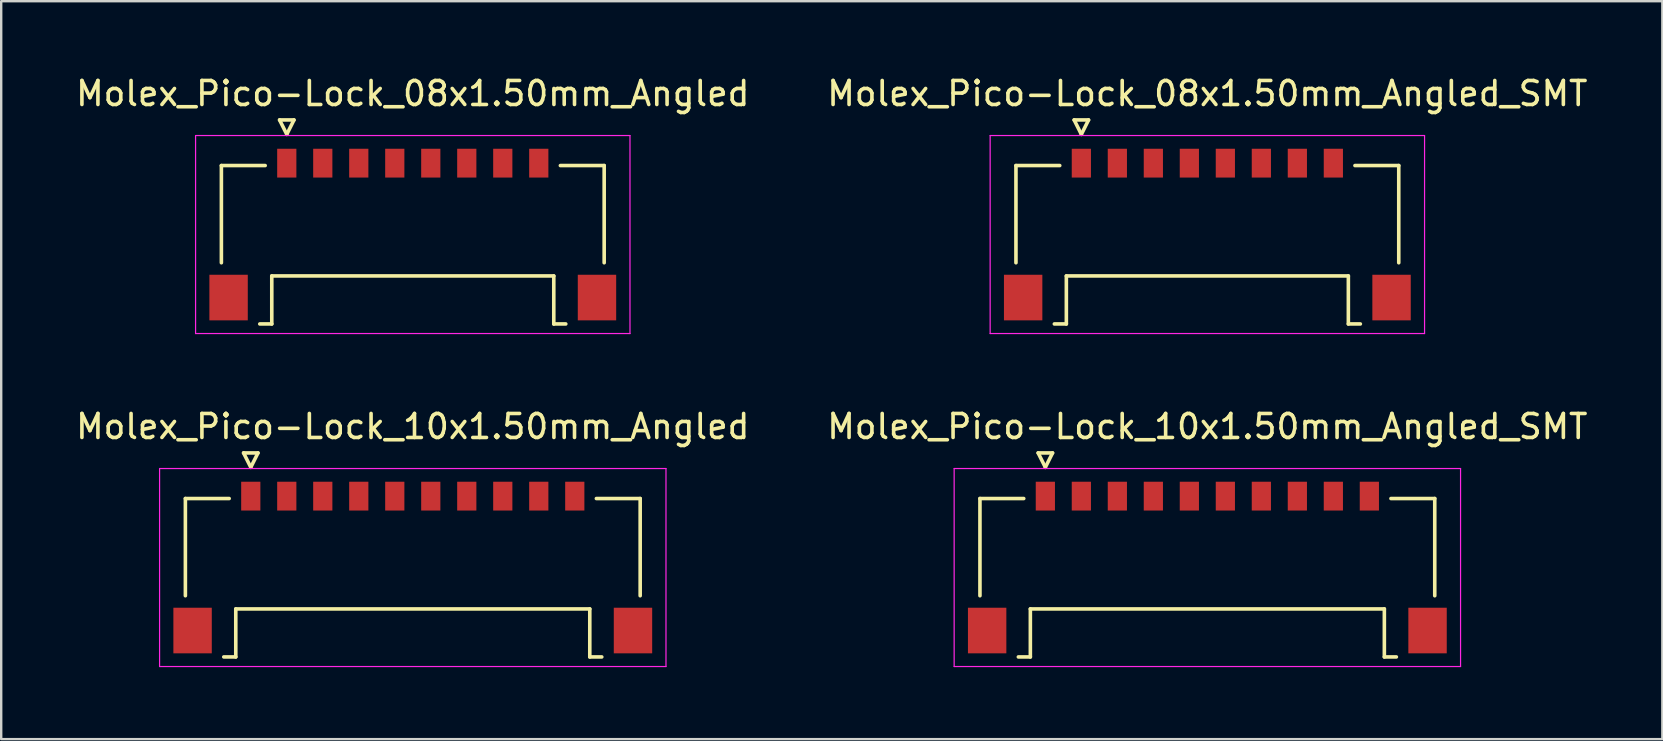
<source format=kicad_pcb>
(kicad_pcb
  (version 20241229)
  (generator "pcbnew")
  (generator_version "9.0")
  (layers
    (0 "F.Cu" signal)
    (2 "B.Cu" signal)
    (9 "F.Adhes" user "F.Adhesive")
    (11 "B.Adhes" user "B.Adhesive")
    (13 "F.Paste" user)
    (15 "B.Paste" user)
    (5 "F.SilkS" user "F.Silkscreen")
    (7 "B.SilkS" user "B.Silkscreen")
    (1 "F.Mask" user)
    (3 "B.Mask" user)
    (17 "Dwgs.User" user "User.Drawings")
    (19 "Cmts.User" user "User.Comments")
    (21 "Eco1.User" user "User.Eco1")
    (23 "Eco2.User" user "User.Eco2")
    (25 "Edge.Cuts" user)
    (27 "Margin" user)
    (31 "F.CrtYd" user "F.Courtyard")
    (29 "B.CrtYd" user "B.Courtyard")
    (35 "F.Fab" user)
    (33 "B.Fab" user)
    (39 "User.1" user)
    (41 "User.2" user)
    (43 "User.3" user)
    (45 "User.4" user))
  (footprint "Molex_Pico-Lock_10x1.50mm_Angled"
    (layer "F.Cu")
    (at 14.149 20.422)
    (property "Reference" "Molex_Pico-Lock_10x1.50mm_Angled" (at 0 -5.7 0) (layer "F.SilkS") (effects (font (size 1 1) (thickness 0.15))))
    (attr smd)
    (fp_line (start -9.475 -2.7) (end -9.475 1.35) (stroke (width 0.15) (type solid)) (layer "F.SilkS"))
    (fp_line (start -7.875 3.9) (end -7.375 3.9) (stroke (width 0.15) (type solid)) (layer "F.SilkS"))
    (fp_line (start -7.65 -2.7) (end -9.475 -2.7) (stroke (width 0.15) (type solid)) (layer "F.SilkS"))
    (fp_line (start -7.375 1.9) (end 7.375 1.9) (stroke (width 0.15) (type solid)) (layer "F.SilkS"))
    (fp_line (start -7.375 3.9) (end -7.375 1.9) (stroke (width 0.15) (type solid)) (layer "F.SilkS"))
    (fp_line (start -7.05 -4.6) (end -6.75 -4) (stroke (width 0.15) (type solid)) (layer "F.SilkS"))
    (fp_line (start -6.75 -4) (end -6.45 -4.6) (stroke (width 0.15) (type solid)) (layer "F.SilkS"))
    (fp_line (start -6.45 -4.6) (end -7.05 -4.6) (stroke (width 0.15) (type solid)) (layer "F.SilkS"))
    (fp_line (start 7.375 1.9) (end 7.375 3.9) (stroke (width 0.15) (type solid)) (layer "F.SilkS"))
    (fp_line (start 7.375 3.9) (end 7.875 3.9) (stroke (width 0.15) (type solid)) (layer "F.SilkS"))
    (fp_line (start 7.65 -2.7) (end 9.475 -2.7) (stroke (width 0.15) (type solid)) (layer "F.SilkS"))
    (fp_line (start 9.475 -2.7) (end 9.475 1.35) (stroke (width 0.15) (type solid)) (layer "F.SilkS"))
    (fp_line (start -10.55 -3.95) (end -10.55 4.3) (stroke (width 0.05) (type solid)) (layer "F.CrtYd"))
    (fp_line (start -10.55 4.3) (end 10.55 4.3) (stroke (width 0.05) (type solid)) (layer "F.CrtYd"))
    (fp_line (start 10.55 -3.95) (end -10.55 -3.95) (stroke (width 0.05) (type solid)) (layer "F.CrtYd"))
    (fp_line (start 10.55 4.3) (end 10.55 -3.95) (stroke (width 0.05) (type solid)) (layer "F.CrtYd"))
    (pad "" smd rect (at -9.175 2.8) (size 1.6 1.9) (layers "F.Cu" "F.Mask" "F.Paste"))
    (pad "" smd rect (at 9.175 2.8) (size 1.6 1.9) (layers "F.Cu" "F.Mask" "F.Paste"))
    (pad "1" smd rect (at -6.75 -2.8) (size 0.8 1.2) (layers "F.Cu" "F.Mask" "F.Paste"))
    (pad "2" smd rect (at -5.25 -2.8) (size 0.8 1.2) (layers "F.Cu" "F.Mask" "F.Paste"))
    (pad "3" smd rect (at -3.75 -2.8) (size 0.8 1.2) (layers "F.Cu" "F.Mask" "F.Paste"))
    (pad "4" smd rect (at -2.25 -2.8) (size 0.8 1.2) (layers "F.Cu" "F.Mask" "F.Paste"))
    (pad "5" smd rect (at -0.75 -2.8) (size 0.8 1.2) (layers "F.Cu" "F.Mask" "F.Paste"))
    (pad "6" smd rect (at 0.75 -2.8) (size 0.8 1.2) (layers "F.Cu" "F.Mask" "F.Paste"))
    (pad "7" smd rect (at 2.25 -2.8) (size 0.8 1.2) (layers "F.Cu" "F.Mask" "F.Paste"))
    (pad "8" smd rect (at 3.75 -2.8) (size 0.8 1.2) (layers "F.Cu" "F.Mask" "F.Paste"))
    (pad "9" smd rect (at 5.25 -2.8) (size 0.8 1.2) (layers "F.Cu" "F.Mask" "F.Paste"))
    (pad "10" smd rect (at 6.75 -2.8) (size 0.8 1.2) (layers "F.Cu" "F.Mask" "F.Paste")))
  (footprint "Molex_Pico-Lock_08x1.50mm_Angled"
    (layer "F.Cu")
    (at 14.149 6.548)
    (property "Reference" "Molex_Pico-Lock_08x1.50mm_Angled" (at 0 -5.7 0) (layer "F.SilkS") (effects (font (size 1 1) (thickness 0.15))))
    (attr smd)
    (fp_line (start -7.975 -2.7) (end -7.975 1.35) (stroke (width 0.15) (type solid)) (layer "F.SilkS"))
    (fp_line (start -6.375 3.9) (end -5.875 3.9) (stroke (width 0.15) (type solid)) (layer "F.SilkS"))
    (fp_line (start -6.15 -2.7) (end -7.975 -2.7) (stroke (width 0.15) (type solid)) (layer "F.SilkS"))
    (fp_line (start -5.875 1.9) (end 5.875 1.9) (stroke (width 0.15) (type solid)) (layer "F.SilkS"))
    (fp_line (start -5.875 3.9) (end -5.875 1.9) (stroke (width 0.15) (type solid)) (layer "F.SilkS"))
    (fp_line (start -5.55 -4.6) (end -5.25 -4) (stroke (width 0.15) (type solid)) (layer "F.SilkS"))
    (fp_line (start -5.25 -4) (end -4.95 -4.6) (stroke (width 0.15) (type solid)) (layer "F.SilkS"))
    (fp_line (start -4.95 -4.6) (end -5.55 -4.6) (stroke (width 0.15) (type solid)) (layer "F.SilkS"))
    (fp_line (start 5.875 1.9) (end 5.875 3.9) (stroke (width 0.15) (type solid)) (layer "F.SilkS"))
    (fp_line (start 5.875 3.9) (end 6.375 3.9) (stroke (width 0.15) (type solid)) (layer "F.SilkS"))
    (fp_line (start 6.15 -2.7) (end 7.975 -2.7) (stroke (width 0.15) (type solid)) (layer "F.SilkS"))
    (fp_line (start 7.975 -2.7) (end 7.975 1.35) (stroke (width 0.15) (type solid)) (layer "F.SilkS"))
    (fp_line (start -9.05 -3.95) (end -9.05 4.3) (stroke (width 0.05) (type solid)) (layer "F.CrtYd"))
    (fp_line (start -9.05 4.3) (end 9.05 4.3) (stroke (width 0.05) (type solid)) (layer "F.CrtYd"))
    (fp_line (start 9.05 -3.95) (end -9.05 -3.95) (stroke (width 0.05) (type solid)) (layer "F.CrtYd"))
    (fp_line (start 9.05 4.3) (end 9.05 -3.95) (stroke (width 0.05) (type solid)) (layer "F.CrtYd"))
    (pad "" smd rect (at -7.675 2.8) (size 1.6 1.9) (layers "F.Cu" "F.Mask" "F.Paste"))
    (pad "" smd rect (at 7.675 2.8) (size 1.6 1.9) (layers "F.Cu" "F.Mask" "F.Paste"))
    (pad "1" smd rect (at -5.25 -2.8) (size 0.8 1.2) (layers "F.Cu" "F.Mask" "F.Paste"))
    (pad "2" smd rect (at -3.75 -2.8) (size 0.8 1.2) (layers "F.Cu" "F.Mask" "F.Paste"))
    (pad "3" smd rect (at -2.25 -2.8) (size 0.8 1.2) (layers "F.Cu" "F.Mask" "F.Paste"))
    (pad "4" smd rect (at -0.75 -2.8) (size 0.8 1.2) (layers "F.Cu" "F.Mask" "F.Paste"))
    (pad "5" smd rect (at 0.75 -2.8) (size 0.8 1.2) (layers "F.Cu" "F.Mask" "F.Paste"))
    (pad "6" smd rect (at 2.25 -2.8) (size 0.8 1.2) (layers "F.Cu" "F.Mask" "F.Paste"))
    (pad "7" smd rect (at 3.75 -2.8) (size 0.8 1.2) (layers "F.Cu" "F.Mask" "F.Paste"))
    (pad "8" smd rect (at 5.25 -2.8) (size 0.8 1.2) (layers "F.Cu" "F.Mask" "F.Paste")))
  (footprint "Molex_Pico-Lock_08x1.50mm_Angled_SMT"
    (layer "F.Cu")
    (at 47.256 6.548)
    (property "Reference" "Molex_Pico-Lock_08x1.50mm_Angled_SMT" (at 0 -5.7 0) (layer "F.SilkS") (effects (font (size 1 1) (thickness 0.15))))
    (attr smd)
    (fp_line (start -7.975 -2.7) (end -7.975 1.35) (stroke (width 0.15) (type solid)) (layer "F.SilkS"))
    (fp_line (start -6.375 3.9) (end -5.875 3.9) (stroke (width 0.15) (type solid)) (layer "F.SilkS"))
    (fp_line (start -6.15 -2.7) (end -7.975 -2.7) (stroke (width 0.15) (type solid)) (layer "F.SilkS"))
    (fp_line (start -5.875 1.9) (end 5.875 1.9) (stroke (width 0.15) (type solid)) (layer "F.SilkS"))
    (fp_line (start -5.875 3.9) (end -5.875 1.9) (stroke (width 0.15) (type solid)) (layer "F.SilkS"))
    (fp_line (start -5.55 -4.6) (end -5.25 -4) (stroke (width 0.15) (type solid)) (layer "F.SilkS"))
    (fp_line (start -5.25 -4) (end -4.95 -4.6) (stroke (width 0.15) (type solid)) (layer "F.SilkS"))
    (fp_line (start -4.95 -4.6) (end -5.55 -4.6) (stroke (width 0.15) (type solid)) (layer "F.SilkS"))
    (fp_line (start 5.875 1.9) (end 5.875 3.9) (stroke (width 0.15) (type solid)) (layer "F.SilkS"))
    (fp_line (start 5.875 3.9) (end 6.375 3.9) (stroke (width 0.15) (type solid)) (layer "F.SilkS"))
    (fp_line (start 6.15 -2.7) (end 7.975 -2.7) (stroke (width 0.15) (type solid)) (layer "F.SilkS"))
    (fp_line (start 7.975 -2.7) (end 7.975 1.35) (stroke (width 0.15) (type solid)) (layer "F.SilkS"))
    (fp_line (start -9.05 -3.95) (end -9.05 4.3) (stroke (width 0.05) (type solid)) (layer "F.CrtYd"))
    (fp_line (start -9.05 4.3) (end 9.05 4.3) (stroke (width 0.05) (type solid)) (layer "F.CrtYd"))
    (fp_line (start 9.05 -3.95) (end -9.05 -3.95) (stroke (width 0.05) (type solid)) (layer "F.CrtYd"))
    (fp_line (start 9.05 4.3) (end 9.05 -3.95) (stroke (width 0.05) (type solid)) (layer "F.CrtYd"))
    (pad "" smd rect (at -7.675 2.8) (size 1.6 1.9) (layers "F.Cu" "F.Mask" "F.Paste"))
    (pad "" smd rect (at 7.675 2.8) (size 1.6 1.9) (layers "F.Cu" "F.Mask" "F.Paste"))
    (pad "1" smd rect (at -5.25 -2.8) (size 0.8 1.2) (layers "F.Cu" "F.Mask" "F.Paste"))
    (pad "2" smd rect (at -3.75 -2.8) (size 0.8 1.2) (layers "F.Cu" "F.Mask" "F.Paste"))
    (pad "3" smd rect (at -2.25 -2.8) (size 0.8 1.2) (layers "F.Cu" "F.Mask" "F.Paste"))
    (pad "4" smd rect (at -0.75 -2.8) (size 0.8 1.2) (layers "F.Cu" "F.Mask" "F.Paste"))
    (pad "5" smd rect (at 0.75 -2.8) (size 0.8 1.2) (layers "F.Cu" "F.Mask" "F.Paste"))
    (pad "6" smd rect (at 2.25 -2.8) (size 0.8 1.2) (layers "F.Cu" "F.Mask" "F.Paste"))
    (pad "7" smd rect (at 3.75 -2.8) (size 0.8 1.2) (layers "F.Cu" "F.Mask" "F.Paste"))
    (pad "8" smd rect (at 5.25 -2.8) (size 0.8 1.2) (layers "F.Cu" "F.Mask" "F.Paste")))
  (footprint "Molex_Pico-Lock_10x1.50mm_Angled_SMT"
    (layer "F.Cu")
    (at 47.256 20.422)
    (property "Reference" "Molex_Pico-Lock_10x1.50mm_Angled_SMT" (at 0 -5.7 0) (layer "F.SilkS") (effects (font (size 1 1) (thickness 0.15))))
    (attr smd)
    (fp_line (start -9.475 -2.7) (end -9.475 1.35) (stroke (width 0.15) (type solid)) (layer "F.SilkS"))
    (fp_line (start -7.875 3.9) (end -7.375 3.9) (stroke (width 0.15) (type solid)) (layer "F.SilkS"))
    (fp_line (start -7.65 -2.7) (end -9.475 -2.7) (stroke (width 0.15) (type solid)) (layer "F.SilkS"))
    (fp_line (start -7.375 1.9) (end 7.375 1.9) (stroke (width 0.15) (type solid)) (layer "F.SilkS"))
    (fp_line (start -7.375 3.9) (end -7.375 1.9) (stroke (width 0.15) (type solid)) (layer "F.SilkS"))
    (fp_line (start -7.05 -4.6) (end -6.75 -4) (stroke (width 0.15) (type solid)) (layer "F.SilkS"))
    (fp_line (start -6.75 -4) (end -6.45 -4.6) (stroke (width 0.15) (type solid)) (layer "F.SilkS"))
    (fp_line (start -6.45 -4.6) (end -7.05 -4.6) (stroke (width 0.15) (type solid)) (layer "F.SilkS"))
    (fp_line (start 7.375 1.9) (end 7.375 3.9) (stroke (width 0.15) (type solid)) (layer "F.SilkS"))
    (fp_line (start 7.375 3.9) (end 7.875 3.9) (stroke (width 0.15) (type solid)) (layer "F.SilkS"))
    (fp_line (start 7.65 -2.7) (end 9.475 -2.7) (stroke (width 0.15) (type solid)) (layer "F.SilkS"))
    (fp_line (start 9.475 -2.7) (end 9.475 1.35) (stroke (width 0.15) (type solid)) (layer "F.SilkS"))
    (fp_line (start -10.55 -3.95) (end -10.55 4.3) (stroke (width 0.05) (type solid)) (layer "F.CrtYd"))
    (fp_line (start -10.55 4.3) (end 10.55 4.3) (stroke (width 0.05) (type solid)) (layer "F.CrtYd"))
    (fp_line (start 10.55 -3.95) (end -10.55 -3.95) (stroke (width 0.05) (type solid)) (layer "F.CrtYd"))
    (fp_line (start 10.55 4.3) (end 10.55 -3.95) (stroke (width 0.05) (type solid)) (layer "F.CrtYd"))
    (pad "" smd rect (at -9.175 2.8) (size 1.6 1.9) (layers "F.Cu" "F.Mask" "F.Paste"))
    (pad "" smd rect (at 9.175 2.8) (size 1.6 1.9) (layers "F.Cu" "F.Mask" "F.Paste"))
    (pad "1" smd rect (at -6.75 -2.8) (size 0.8 1.2) (layers "F.Cu" "F.Mask" "F.Paste"))
    (pad "2" smd rect (at -5.25 -2.8) (size 0.8 1.2) (layers "F.Cu" "F.Mask" "F.Paste"))
    (pad "3" smd rect (at -3.75 -2.8) (size 0.8 1.2) (layers "F.Cu" "F.Mask" "F.Paste"))
    (pad "4" smd rect (at -2.25 -2.8) (size 0.8 1.2) (layers "F.Cu" "F.Mask" "F.Paste"))
    (pad "5" smd rect (at -0.75 -2.8) (size 0.8 1.2) (layers "F.Cu" "F.Mask" "F.Paste"))
    (pad "6" smd rect (at 0.75 -2.8) (size 0.8 1.2) (layers "F.Cu" "F.Mask" "F.Paste"))
    (pad "7" smd rect (at 2.25 -2.8) (size 0.8 1.2) (layers "F.Cu" "F.Mask" "F.Paste"))
    (pad "8" smd rect (at 3.75 -2.8) (size 0.8 1.2) (layers "F.Cu" "F.Mask" "F.Paste"))
    (pad "9" smd rect (at 5.25 -2.8) (size 0.8 1.2) (layers "F.Cu" "F.Mask" "F.Paste"))
    (pad "10" smd rect (at 6.75 -2.8) (size 0.8 1.2) (layers "F.Cu" "F.Mask" "F.Paste")))
  (gr_rect
    (start -3 -3)
    (end 66.214 27.747)
    (stroke (width 0.1) (type default))
    (fill no)
    (layer "Edge.Cuts")))
</source>
